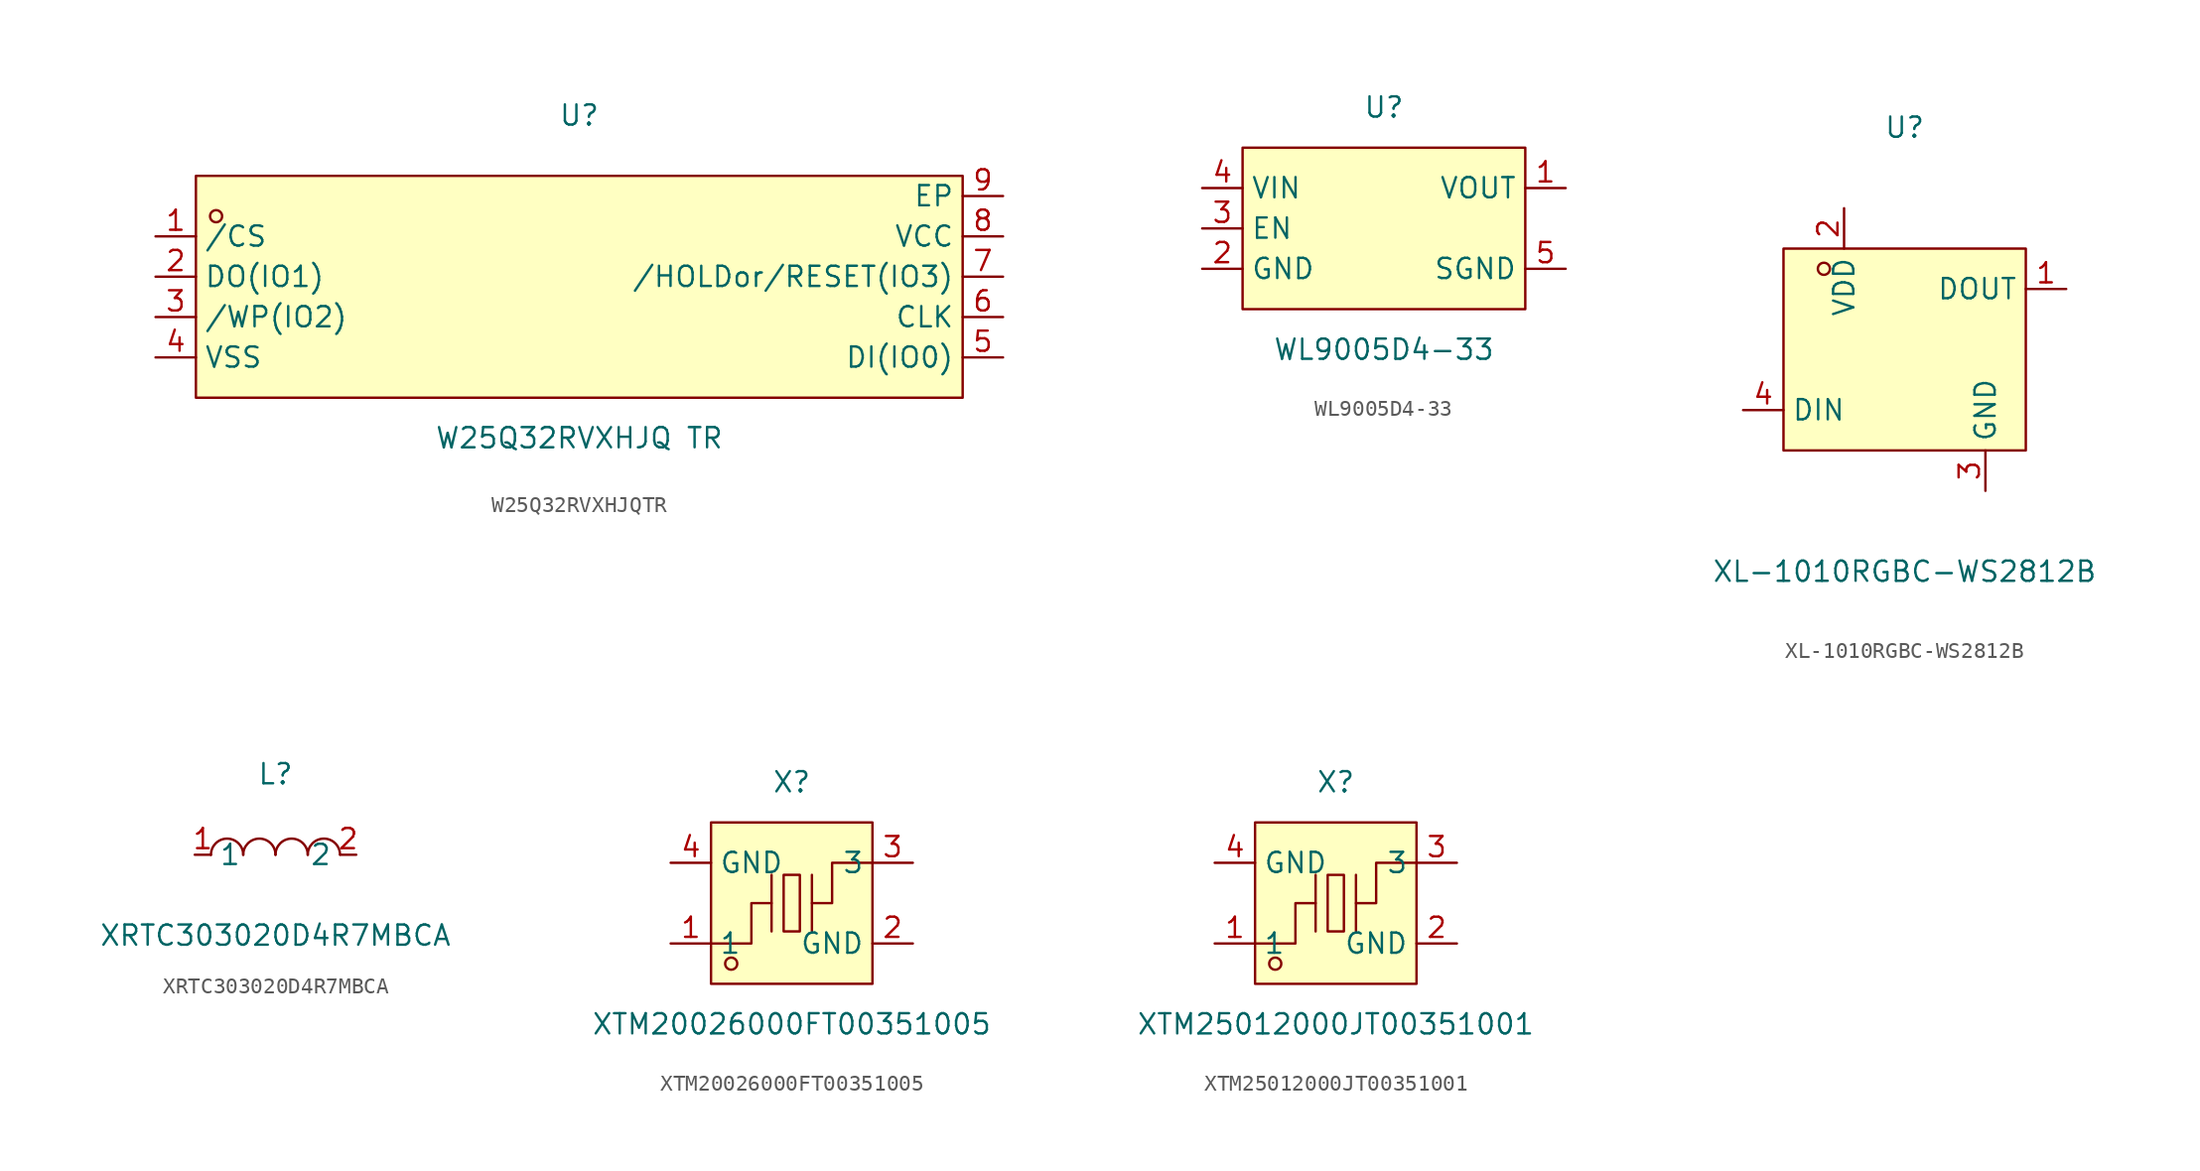
<source format=kicad_sym>
(kicad_symbol_lib
  (version 20241209)
  (generator "kicad_symbol_editor")
  (generator_version "9.0")
  (symbol "W25Q32RVXHJQTR"
    (property "Reference" "U"
      (at 0 11.43 0)
      (effects (font (size 1.27 1.27))))
    (property "Value" "W25Q32RVXHJQ TR"
      (at 0 -8.89 0)
      (effects (font (size 1.27 1.27))))
    (symbol "W25Q32RVXHJQTR_0_1"
      (rectangle (start -24.13 7.62) (end 24.13 -6.35) (stroke (width 0) (type default)) (fill (type background)))
      (circle (center -22.86 5.08) (radius 0.38) (stroke (width 0) (type default)) (fill (type none)))
      (pin unspecified line (at -26.67 3.81 0) (length 2.54) (name "/CS" (effects (font (size 1.27 1.27)))) (number "1" (effects (font (size 1.27 1.27)))))
      (pin unspecified line (at -26.67 1.27 0) (length 2.54) (name "DO(IO1)" (effects (font (size 1.27 1.27)))) (number "2" (effects (font (size 1.27 1.27)))))
      (pin unspecified line (at -26.67 -1.27 0) (length 2.54) (name "/WP(IO2)" (effects (font (size 1.27 1.27)))) (number "3" (effects (font (size 1.27 1.27)))))
      (pin unspecified line (at -26.67 -3.81 0) (length 2.54) (name "VSS" (effects (font (size 1.27 1.27)))) (number "4" (effects (font (size 1.27 1.27)))))
      (pin unspecified line (at 26.67 6.35 180) (length 2.54) (name "EP" (effects (font (size 1.27 1.27)))) (number "9" (effects (font (size 1.27 1.27)))))
      (pin unspecified line (at 26.67 3.81 180) (length 2.54) (name "VCC" (effects (font (size 1.27 1.27)))) (number "8" (effects (font (size 1.27 1.27)))))
      (pin unspecified line (at 26.67 1.27 180) (length 2.54) (name "/HOLDor/RESET(IO3)" (effects (font (size 1.27 1.27)))) (number "7" (effects (font (size 1.27 1.27)))))
      (pin unspecified line (at 26.67 -1.27 180) (length 2.54) (name "CLK" (effects (font (size 1.27 1.27)))) (number "6" (effects (font (size 1.27 1.27)))))
      (pin unspecified line (at 26.67 -3.81 180) (length 2.54) (name "DI(IO0)" (effects (font (size 1.27 1.27)))) (number "5" (effects (font (size 1.27 1.27)))))))
  (symbol "WL9005D4-33"
    (property "Reference" "U"
      (at 0 7.62 0)
      (effects (font (size 1.27 1.27))))
    (property "Value" "WL9005D4-33"
      (at 0 -7.62 0)
      (effects (font (size 1.27 1.27))))
    (symbol "WL9005D4-33_0_1"
      (rectangle (start -8.89 5.08) (end 8.89 -5.08) (stroke (width 0) (type default)) (fill (type background)))
      (pin unspecified line (at -11.43 2.54 0) (length 2.54) (name "VIN" (effects (font (size 1.27 1.27)))) (number "4" (effects (font (size 1.27 1.27)))))
      (pin unspecified line (at -11.43 0 0) (length 2.54) (name "EN" (effects (font (size 1.27 1.27)))) (number "3" (effects (font (size 1.27 1.27)))))
      (pin unspecified line (at -11.43 -2.54 0) (length 2.54) (name "GND" (effects (font (size 1.27 1.27)))) (number "2" (effects (font (size 1.27 1.27)))))
      (pin unspecified line (at 11.43 2.54 180) (length 2.54) (name "VOUT" (effects (font (size 1.27 1.27)))) (number "1" (effects (font (size 1.27 1.27)))))
      (pin unspecified line (at 11.43 -2.54 180) (length 2.54) (name "SGND" (effects (font (size 1.27 1.27)))) (number "5" (effects (font (size 1.27 1.27)))))))
  (symbol "XL-1010RGBC-WS2812B"
    (property "Reference" "U"
      (at 0 13.97 0)
      (effects (font (size 1.27 1.27))))
    (property "Value" "XL-1010RGBC-WS2812B"
      (at 0 -13.97 0)
      (effects (font (size 1.27 1.27))))
    (symbol "XL-1010RGBC-WS2812B_0_1"
      (rectangle (start -7.62 6.35) (end 7.62 -6.35) (stroke (width 0) (type default)) (fill (type background)))
      (circle (center -5.08 5.08) (radius 0.38) (stroke (width 0) (type default)) (fill (type none)))
      (pin unspecified line (at -10.16 -3.81 0) (length 2.54) (name "DIN" (effects (font (size 1.27 1.27)))) (number "4" (effects (font (size 1.27 1.27)))))
      (pin unspecified line (at -3.81 8.89 270) (length 2.54) (name "VDD" (effects (font (size 1.27 1.27)))) (number "2" (effects (font (size 1.27 1.27)))))
      (pin unspecified line (at 5.08 -8.89 90) (length 2.54) (name "GND" (effects (font (size 1.27 1.27)))) (number "3" (effects (font (size 1.27 1.27)))))
      (pin unspecified line (at 10.16 3.81 180) (length 2.54) (name "DOUT" (effects (font (size 1.27 1.27)))) (number "1" (effects (font (size 1.27 1.27)))))))
  (symbol "XRTC303020D4R7MBCA"
    (property "Reference" "L"
      (at 0 5.08 0)
      (effects (font (size 1.27 1.27))))
    (property "Value" "XRTC303020D4R7MBCA"
      (at 0 -5.08 0)
      (effects (font (size 1.27 1.27))))
    (symbol "XRTC303020D4R7MBCA_0_1"
      (arc (start -4.06 -0.01) (mid -2.83 0.99) (end -2.03 0.01) (stroke (width 0) (type default)) (fill (type none)))
      (arc (start -2.03 -0.01) (mid -0.8 0.99) (end 0 0.01) (stroke (width 0) (type default)) (fill (type none)))
      (arc (start 0 -0.01) (mid 1.23 0.99) (end 2.03 0.01) (stroke (width 0) (type default)) (fill (type none)))
      (arc (start 2.03 -0.01) (mid 3.26 0.99) (end 4.06 0.01) (stroke (width 0) (type default)) (fill (type none)))
      (pin unspecified line (at -5.08 0 0) (length 1.016) (name "1" (effects (font (size 1.27 1.27)))) (number "1" (effects (font (size 1.27 1.27)))))
      (pin unspecified line (at 5.08 0 180) (length 1.016) (name "2" (effects (font (size 1.27 1.27)))) (number "2" (effects (font (size 1.27 1.27)))))))
  (symbol "XTM20026000FT00351005"
    (property "Reference" "X"
      (at 0 7.62 0)
      (effects (font (size 1.27 1.27))))
    (property "Value" "XTM20026000FT00351005"
      (at 0 -7.62 0)
      (effects (font (size 1.27 1.27))))
    (symbol "XTM20026000FT00351005_0_1"
      (rectangle (start -5.08 5.08) (end 5.08 -5.08) (stroke (width 0) (type default)) (fill (type background)))
      (polyline (pts (xy -5.08 -2.54) (xy -2.54 -2.54) (xy -2.54 0) (xy -1.27 0)) (stroke (width 0) (type default)) (fill (type none)))
      (circle (center -3.81 -3.81) (radius 0.38) (stroke (width 0) (type default)) (fill (type none)))
      (polyline (pts (xy -1.27 -1.78) (xy -1.27 1.78)) (stroke (width 0) (type default)) (fill (type none)))
      (rectangle (start -0.51 1.78) (end 0.51 -1.78) (stroke (width 0) (type default)) (fill (type background)))
      (polyline (pts (xy 1.27 -1.78) (xy 1.27 1.78)) (stroke (width 0) (type default)) (fill (type none)))
      (polyline (pts (xy 5.08 2.54) (xy 2.54 2.54) (xy 2.54 0) (xy 1.27 0)) (stroke (width 0) (type default)) (fill (type none)))
      (pin input line (at -7.62 2.54 0) (length 2.54) (name "GND" (effects (font (size 1.27 1.27)))) (number "4" (effects (font (size 1.27 1.27)))))
      (pin input line (at -7.62 -2.54 0) (length 2.54) (name "1" (effects (font (size 1.27 1.27)))) (number "1" (effects (font (size 1.27 1.27)))))
      (pin input line (at 7.62 2.54 180) (length 2.54) (name "3" (effects (font (size 1.27 1.27)))) (number "3" (effects (font (size 1.27 1.27)))))
      (pin input line (at 7.62 -2.54 180) (length 2.54) (name "GND" (effects (font (size 1.27 1.27)))) (number "2" (effects (font (size 1.27 1.27)))))))
  (symbol "XTM25012000JT00351001"
    (property "Reference" "X"
      (at 0 7.62 0)
      (effects (font (size 1.27 1.27))))
    (property "Value" "XTM25012000JT00351001"
      (at 0 -7.62 0)
      (effects (font (size 1.27 1.27))))
    (symbol "XTM25012000JT00351001_0_1"
      (rectangle (start -5.08 5.08) (end 5.08 -5.08) (stroke (width 0) (type default)) (fill (type background)))
      (polyline (pts (xy -5.08 -2.54) (xy -2.54 -2.54) (xy -2.54 0) (xy -1.27 0)) (stroke (width 0) (type default)) (fill (type none)))
      (circle (center -3.81 -3.81) (radius 0.38) (stroke (width 0) (type default)) (fill (type none)))
      (polyline (pts (xy -1.27 -1.78) (xy -1.27 1.78)) (stroke (width 0) (type default)) (fill (type none)))
      (rectangle (start -0.51 1.78) (end 0.51 -1.78) (stroke (width 0) (type default)) (fill (type background)))
      (polyline (pts (xy 1.27 -1.78) (xy 1.27 1.78)) (stroke (width 0) (type default)) (fill (type none)))
      (polyline (pts (xy 5.08 2.54) (xy 2.54 2.54) (xy 2.54 0) (xy 1.27 0)) (stroke (width 0) (type default)) (fill (type none)))
      (pin input line (at -7.62 2.54 0) (length 2.54) (name "GND" (effects (font (size 1.27 1.27)))) (number "4" (effects (font (size 1.27 1.27)))))
      (pin input line (at -7.62 -2.54 0) (length 2.54) (name "1" (effects (font (size 1.27 1.27)))) (number "1" (effects (font (size 1.27 1.27)))))
      (pin input line (at 7.62 2.54 180) (length 2.54) (name "3" (effects (font (size 1.27 1.27)))) (number "3" (effects (font (size 1.27 1.27)))))
      (pin input line (at 7.62 -2.54 180) (length 2.54) (name "GND" (effects (font (size 1.27 1.27)))) (number "2" (effects (font (size 1.27 1.27))))))))
</source>
